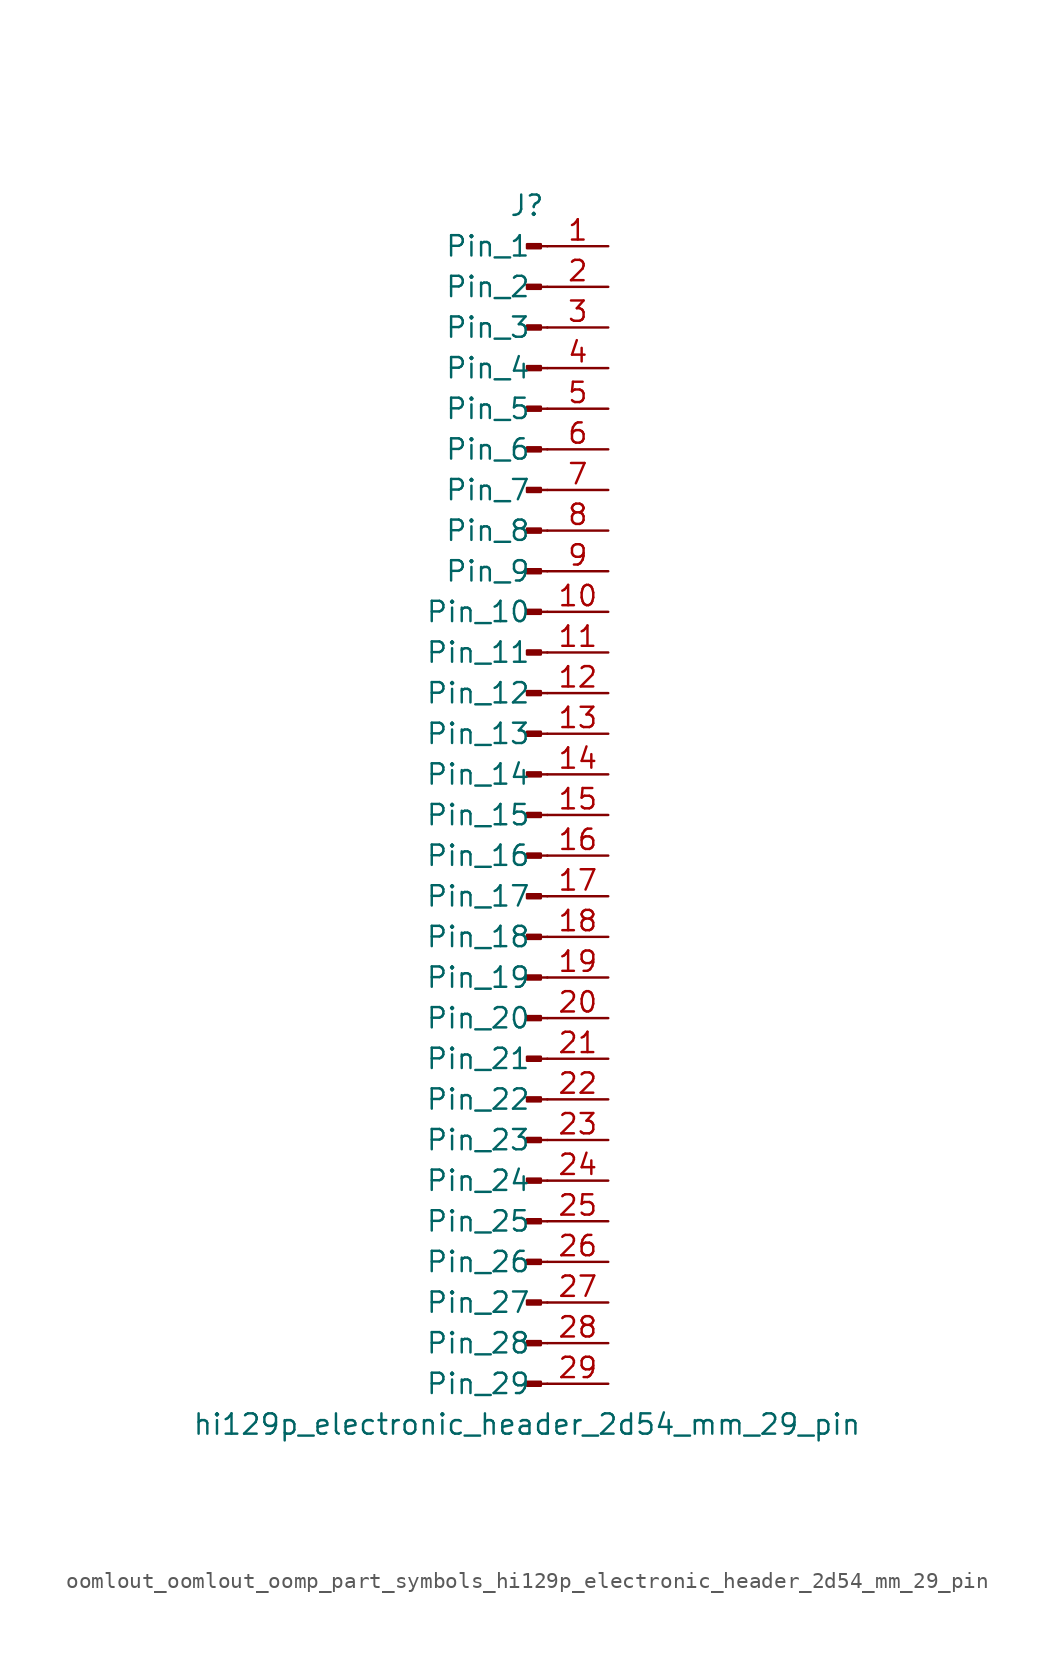
<source format=kicad_sym>
(kicad_symbol_lib
  (version 20220914)
  (generator kicad_symbol_editor)
  (symbol "oomlout_oomlout_oomp_part_symbols_hi129p_electronic_header_2d54_mm_29_pin"
    (pin_names
      (offset 1.016))
    (property "Reference" "J"
      (at 0 38.1 0)
      (effects (font (size 1.27 1.27))))
    (property "Value" "hi129p_electronic_header_2d54_mm_29_pin"
      (at 0 -38.1 0)
      (effects (font (size 1.27 1.27))))
    (property "ki_locked" ""
      (at 0 0 0)
      (effects (font (size 1.27 1.27))))
    (symbol "oomlout_oomlout_oomp_part_symbols_hi129p_electronic_header_2d54_mm_29_pin_1_1"
      (polyline (pts (xy 1.27 -35.56) (xy 0.864 -35.56)) (stroke (width 0.152) (type default)) (fill (type none)))
      (polyline (pts (xy 1.27 -33.02) (xy 0.864 -33.02)) (stroke (width 0.152) (type default)) (fill (type none)))
      (polyline (pts (xy 1.27 -30.48) (xy 0.864 -30.48)) (stroke (width 0.152) (type default)) (fill (type none)))
      (polyline (pts (xy 1.27 -27.94) (xy 0.864 -27.94)) (stroke (width 0.152) (type default)) (fill (type none)))
      (polyline (pts (xy 1.27 -25.4) (xy 0.864 -25.4)) (stroke (width 0.152) (type default)) (fill (type none)))
      (polyline (pts (xy 1.27 -22.86) (xy 0.864 -22.86)) (stroke (width 0.152) (type default)) (fill (type none)))
      (polyline (pts (xy 1.27 -20.32) (xy 0.864 -20.32)) (stroke (width 0.152) (type default)) (fill (type none)))
      (polyline (pts (xy 1.27 -17.78) (xy 0.864 -17.78)) (stroke (width 0.152) (type default)) (fill (type none)))
      (polyline (pts (xy 1.27 -15.24) (xy 0.864 -15.24)) (stroke (width 0.152) (type default)) (fill (type none)))
      (polyline (pts (xy 1.27 -12.7) (xy 0.864 -12.7)) (stroke (width 0.152) (type default)) (fill (type none)))
      (polyline (pts (xy 1.27 -10.16) (xy 0.864 -10.16)) (stroke (width 0.152) (type default)) (fill (type none)))
      (polyline (pts (xy 1.27 -7.62) (xy 0.864 -7.62)) (stroke (width 0.152) (type default)) (fill (type none)))
      (polyline (pts (xy 1.27 -5.08) (xy 0.864 -5.08)) (stroke (width 0.152) (type default)) (fill (type none)))
      (polyline (pts (xy 1.27 -2.54) (xy 0.864 -2.54)) (stroke (width 0.152) (type default)) (fill (type none)))
      (polyline (pts (xy 1.27 0) (xy 0.864 0)) (stroke (width 0.152) (type default)) (fill (type none)))
      (polyline (pts (xy 1.27 2.54) (xy 0.864 2.54)) (stroke (width 0.152) (type default)) (fill (type none)))
      (polyline (pts (xy 1.27 5.08) (xy 0.864 5.08)) (stroke (width 0.152) (type default)) (fill (type none)))
      (polyline (pts (xy 1.27 7.62) (xy 0.864 7.62)) (stroke (width 0.152) (type default)) (fill (type none)))
      (polyline (pts (xy 1.27 10.16) (xy 0.864 10.16)) (stroke (width 0.152) (type default)) (fill (type none)))
      (polyline (pts (xy 1.27 12.7) (xy 0.864 12.7)) (stroke (width 0.152) (type default)) (fill (type none)))
      (polyline (pts (xy 1.27 15.24) (xy 0.864 15.24)) (stroke (width 0.152) (type default)) (fill (type none)))
      (polyline (pts (xy 1.27 17.78) (xy 0.864 17.78)) (stroke (width 0.152) (type default)) (fill (type none)))
      (polyline (pts (xy 1.27 20.32) (xy 0.864 20.32)) (stroke (width 0.152) (type default)) (fill (type none)))
      (polyline (pts (xy 1.27 22.86) (xy 0.864 22.86)) (stroke (width 0.152) (type default)) (fill (type none)))
      (polyline (pts (xy 1.27 25.4) (xy 0.864 25.4)) (stroke (width 0.152) (type default)) (fill (type none)))
      (polyline (pts (xy 1.27 27.94) (xy 0.864 27.94)) (stroke (width 0.152) (type default)) (fill (type none)))
      (polyline (pts (xy 1.27 30.48) (xy 0.864 30.48)) (stroke (width 0.152) (type default)) (fill (type none)))
      (polyline (pts (xy 1.27 33.02) (xy 0.864 33.02)) (stroke (width 0.152) (type default)) (fill (type none)))
      (polyline (pts (xy 1.27 35.56) (xy 0.864 35.56)) (stroke (width 0.152) (type default)) (fill (type none)))
      (rectangle (start 0.864 -35.433) (end 0 -35.687) (stroke (width 0.152) (type default)) (fill (type outline)))
      (rectangle (start 0.864 -32.893) (end 0 -33.147) (stroke (width 0.152) (type default)) (fill (type outline)))
      (rectangle (start 0.864 -30.353) (end 0 -30.607) (stroke (width 0.152) (type default)) (fill (type outline)))
      (rectangle (start 0.864 -27.813) (end 0 -28.067) (stroke (width 0.152) (type default)) (fill (type outline)))
      (rectangle (start 0.864 -25.273) (end 0 -25.527) (stroke (width 0.152) (type default)) (fill (type outline)))
      (rectangle (start 0.864 -22.733) (end 0 -22.987) (stroke (width 0.152) (type default)) (fill (type outline)))
      (rectangle (start 0.864 -20.193) (end 0 -20.447) (stroke (width 0.152) (type default)) (fill (type outline)))
      (rectangle (start 0.864 -17.653) (end 0 -17.907) (stroke (width 0.152) (type default)) (fill (type outline)))
      (rectangle (start 0.864 -15.113) (end 0 -15.367) (stroke (width 0.152) (type default)) (fill (type outline)))
      (rectangle (start 0.864 -12.573) (end 0 -12.827) (stroke (width 0.152) (type default)) (fill (type outline)))
      (rectangle (start 0.864 -10.033) (end 0 -10.287) (stroke (width 0.152) (type default)) (fill (type outline)))
      (rectangle (start 0.864 -7.493) (end 0 -7.747) (stroke (width 0.152) (type default)) (fill (type outline)))
      (rectangle (start 0.864 -4.953) (end 0 -5.207) (stroke (width 0.152) (type default)) (fill (type outline)))
      (rectangle (start 0.864 -2.413) (end 0 -2.667) (stroke (width 0.152) (type default)) (fill (type outline)))
      (rectangle (start 0.864 0.127) (end 0 -0.127) (stroke (width 0.152) (type default)) (fill (type outline)))
      (rectangle (start 0.864 2.667) (end 0 2.413) (stroke (width 0.152) (type default)) (fill (type outline)))
      (rectangle (start 0.864 5.207) (end 0 4.953) (stroke (width 0.152) (type default)) (fill (type outline)))
      (rectangle (start 0.864 7.747) (end 0 7.493) (stroke (width 0.152) (type default)) (fill (type outline)))
      (rectangle (start 0.864 10.287) (end 0 10.033) (stroke (width 0.152) (type default)) (fill (type outline)))
      (rectangle (start 0.864 12.827) (end 0 12.573) (stroke (width 0.152) (type default)) (fill (type outline)))
      (rectangle (start 0.864 15.367) (end 0 15.113) (stroke (width 0.152) (type default)) (fill (type outline)))
      (rectangle (start 0.864 17.907) (end 0 17.653) (stroke (width 0.152) (type default)) (fill (type outline)))
      (rectangle (start 0.864 20.447) (end 0 20.193) (stroke (width 0.152) (type default)) (fill (type outline)))
      (rectangle (start 0.864 22.987) (end 0 22.733) (stroke (width 0.152) (type default)) (fill (type outline)))
      (rectangle (start 0.864 25.527) (end 0 25.273) (stroke (width 0.152) (type default)) (fill (type outline)))
      (rectangle (start 0.864 28.067) (end 0 27.813) (stroke (width 0.152) (type default)) (fill (type outline)))
      (rectangle (start 0.864 30.607) (end 0 30.353) (stroke (width 0.152) (type default)) (fill (type outline)))
      (rectangle (start 0.864 33.147) (end 0 32.893) (stroke (width 0.152) (type default)) (fill (type outline)))
      (rectangle (start 0.864 35.687) (end 0 35.433) (stroke (width 0.152) (type default)) (fill (type outline)))
      (pin passive line (at 5.08 35.56 180) (length 3.81) (name "Pin_1" (effects (font (size 1.27 1.27)))) (number "1" (effects (font (size 1.27 1.27)))))
      (pin passive line (at 5.08 12.7 180) (length 3.81) (name "Pin_10" (effects (font (size 1.27 1.27)))) (number "10" (effects (font (size 1.27 1.27)))))
      (pin passive line (at 5.08 10.16 180) (length 3.81) (name "Pin_11" (effects (font (size 1.27 1.27)))) (number "11" (effects (font (size 1.27 1.27)))))
      (pin passive line (at 5.08 7.62 180) (length 3.81) (name "Pin_12" (effects (font (size 1.27 1.27)))) (number "12" (effects (font (size 1.27 1.27)))))
      (pin passive line (at 5.08 5.08 180) (length 3.81) (name "Pin_13" (effects (font (size 1.27 1.27)))) (number "13" (effects (font (size 1.27 1.27)))))
      (pin passive line (at 5.08 2.54 180) (length 3.81) (name "Pin_14" (effects (font (size 1.27 1.27)))) (number "14" (effects (font (size 1.27 1.27)))))
      (pin passive line (at 5.08 0 180) (length 3.81) (name "Pin_15" (effects (font (size 1.27 1.27)))) (number "15" (effects (font (size 1.27 1.27)))))
      (pin passive line (at 5.08 -2.54 180) (length 3.81) (name "Pin_16" (effects (font (size 1.27 1.27)))) (number "16" (effects (font (size 1.27 1.27)))))
      (pin passive line (at 5.08 -5.08 180) (length 3.81) (name "Pin_17" (effects (font (size 1.27 1.27)))) (number "17" (effects (font (size 1.27 1.27)))))
      (pin passive line (at 5.08 -7.62 180) (length 3.81) (name "Pin_18" (effects (font (size 1.27 1.27)))) (number "18" (effects (font (size 1.27 1.27)))))
      (pin passive line (at 5.08 -10.16 180) (length 3.81) (name "Pin_19" (effects (font (size 1.27 1.27)))) (number "19" (effects (font (size 1.27 1.27)))))
      (pin passive line (at 5.08 33.02 180) (length 3.81) (name "Pin_2" (effects (font (size 1.27 1.27)))) (number "2" (effects (font (size 1.27 1.27)))))
      (pin passive line (at 5.08 -12.7 180) (length 3.81) (name "Pin_20" (effects (font (size 1.27 1.27)))) (number "20" (effects (font (size 1.27 1.27)))))
      (pin passive line (at 5.08 -15.24 180) (length 3.81) (name "Pin_21" (effects (font (size 1.27 1.27)))) (number "21" (effects (font (size 1.27 1.27)))))
      (pin passive line (at 5.08 -17.78 180) (length 3.81) (name "Pin_22" (effects (font (size 1.27 1.27)))) (number "22" (effects (font (size 1.27 1.27)))))
      (pin passive line (at 5.08 -20.32 180) (length 3.81) (name "Pin_23" (effects (font (size 1.27 1.27)))) (number "23" (effects (font (size 1.27 1.27)))))
      (pin passive line (at 5.08 -22.86 180) (length 3.81) (name "Pin_24" (effects (font (size 1.27 1.27)))) (number "24" (effects (font (size 1.27 1.27)))))
      (pin passive line (at 5.08 -25.4 180) (length 3.81) (name "Pin_25" (effects (font (size 1.27 1.27)))) (number "25" (effects (font (size 1.27 1.27)))))
      (pin passive line (at 5.08 -27.94 180) (length 3.81) (name "Pin_26" (effects (font (size 1.27 1.27)))) (number "26" (effects (font (size 1.27 1.27)))))
      (pin passive line (at 5.08 -30.48 180) (length 3.81) (name "Pin_27" (effects (font (size 1.27 1.27)))) (number "27" (effects (font (size 1.27 1.27)))))
      (pin passive line (at 5.08 -33.02 180) (length 3.81) (name "Pin_28" (effects (font (size 1.27 1.27)))) (number "28" (effects (font (size 1.27 1.27)))))
      (pin passive line (at 5.08 -35.56 180) (length 3.81) (name "Pin_29" (effects (font (size 1.27 1.27)))) (number "29" (effects (font (size 1.27 1.27)))))
      (pin passive line (at 5.08 30.48 180) (length 3.81) (name "Pin_3" (effects (font (size 1.27 1.27)))) (number "3" (effects (font (size 1.27 1.27)))))
      (pin passive line (at 5.08 27.94 180) (length 3.81) (name "Pin_4" (effects (font (size 1.27 1.27)))) (number "4" (effects (font (size 1.27 1.27)))))
      (pin passive line (at 5.08 25.4 180) (length 3.81) (name "Pin_5" (effects (font (size 1.27 1.27)))) (number "5" (effects (font (size 1.27 1.27)))))
      (pin passive line (at 5.08 22.86 180) (length 3.81) (name "Pin_6" (effects (font (size 1.27 1.27)))) (number "6" (effects (font (size 1.27 1.27)))))
      (pin passive line (at 5.08 20.32 180) (length 3.81) (name "Pin_7" (effects (font (size 1.27 1.27)))) (number "7" (effects (font (size 1.27 1.27)))))
      (pin passive line (at 5.08 17.78 180) (length 3.81) (name "Pin_8" (effects (font (size 1.27 1.27)))) (number "8" (effects (font (size 1.27 1.27)))))
      (pin passive line (at 5.08 15.24 180) (length 3.81) (name "Pin_9" (effects (font (size 1.27 1.27)))) (number "9" (effects (font (size 1.27 1.27))))))))
</source>
